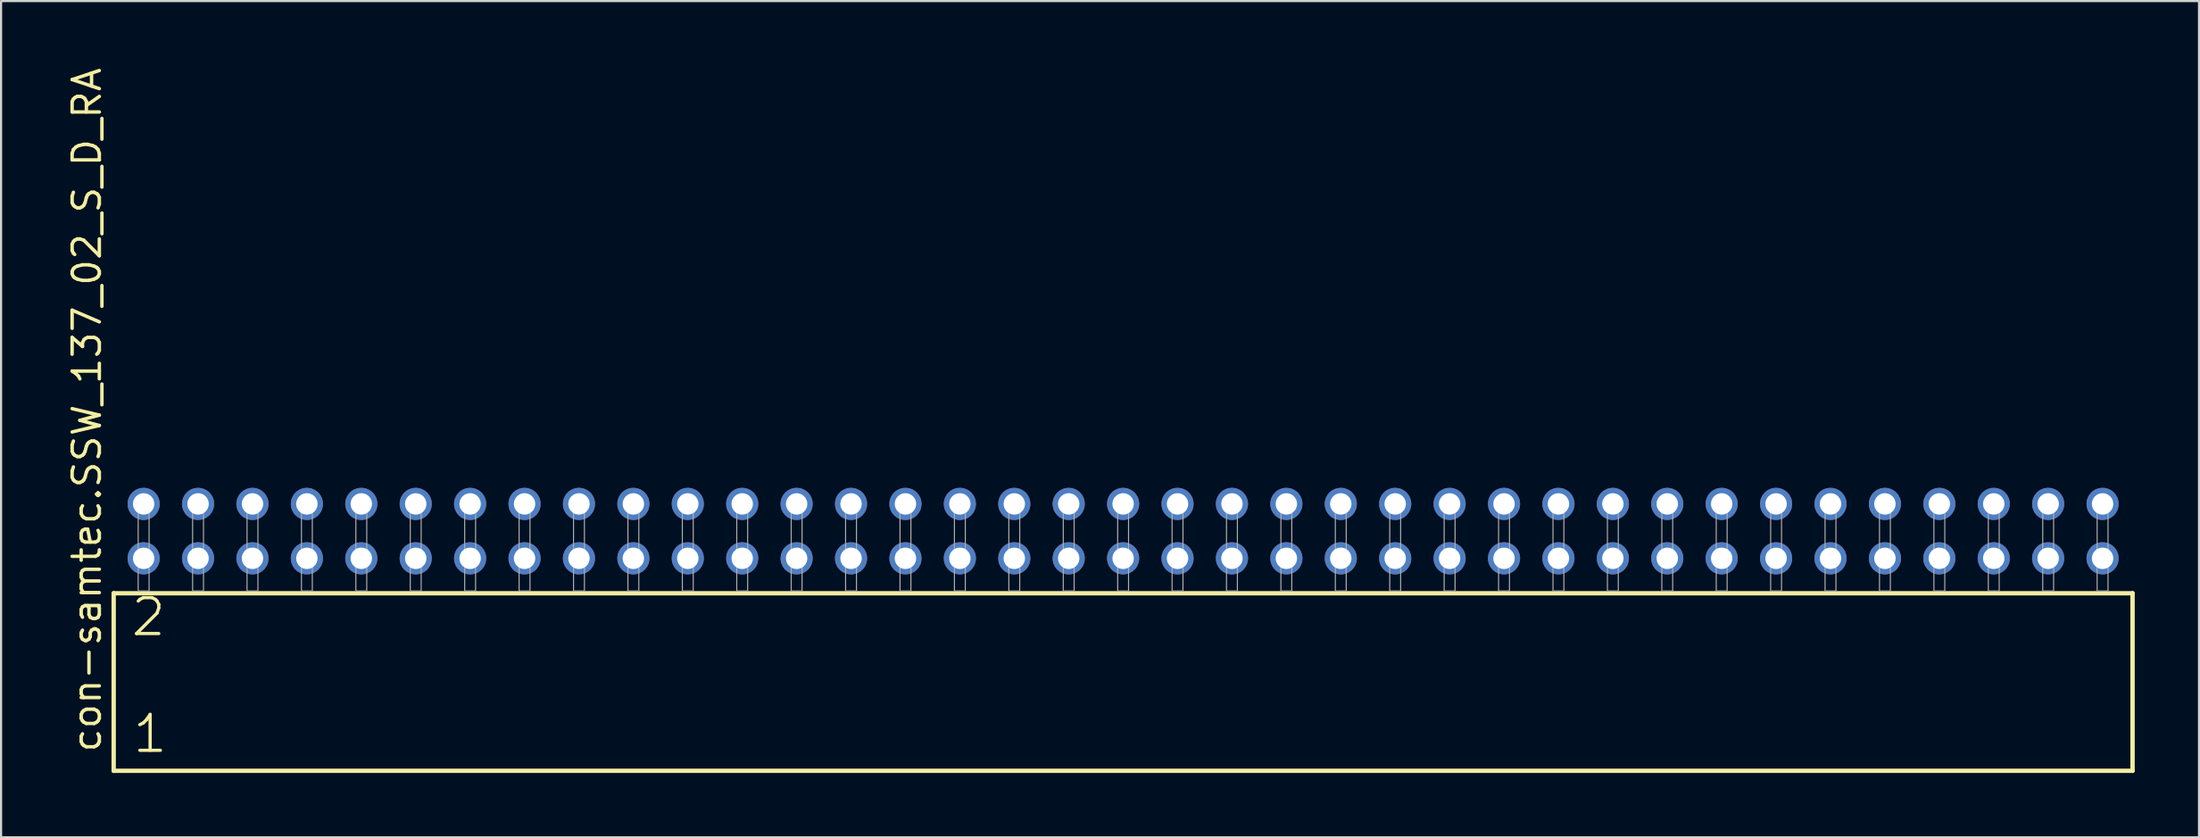
<source format=kicad_pcb>
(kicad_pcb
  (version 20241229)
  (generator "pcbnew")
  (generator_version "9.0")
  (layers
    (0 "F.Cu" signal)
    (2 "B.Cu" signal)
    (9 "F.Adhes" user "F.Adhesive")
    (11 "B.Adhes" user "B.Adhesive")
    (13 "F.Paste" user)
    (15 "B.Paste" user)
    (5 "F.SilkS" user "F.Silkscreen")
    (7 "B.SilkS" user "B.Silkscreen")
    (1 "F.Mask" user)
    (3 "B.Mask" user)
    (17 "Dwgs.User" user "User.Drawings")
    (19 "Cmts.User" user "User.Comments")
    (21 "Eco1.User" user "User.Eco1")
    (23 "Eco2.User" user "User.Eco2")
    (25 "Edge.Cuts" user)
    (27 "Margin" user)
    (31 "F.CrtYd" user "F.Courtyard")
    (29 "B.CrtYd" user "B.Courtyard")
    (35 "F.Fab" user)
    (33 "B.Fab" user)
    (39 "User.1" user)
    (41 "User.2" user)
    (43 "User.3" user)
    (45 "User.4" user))
  (footprint "con-samtec.SSW_137_02_S_D_RA"
    (layer "F.Cu")
    (at 49.375 24.537)
    (property "Reference" "con-samtec.SSW_137_02_S_D_RA" (at -47.625 7.62 90) (layer "F.SilkS") (effects (font (size 1.27 1.27) (thickness 0.16)) (justify left bottom)))
    (attr through_hole)
    (fp_line (start -47.119 0.106) (end -47.119 8.396) (stroke (width 0.203) (type default)) (layer "F.SilkS"))
    (fp_line (start -47.119 8.396) (end 47.119 8.396) (stroke (width 0.203) (type default)) (layer "F.SilkS"))
    (fp_line (start 47.119 0.106) (end -47.119 0.106) (stroke (width 0.203) (type default)) (layer "F.SilkS"))
    (fp_line (start 47.119 8.396) (end 47.119 0.106) (stroke (width 0.203) (type default)) (layer "F.SilkS"))
    (fp_rect (start -45.974 0) (end -45.466 -4.318) (stroke (width 0.05) (type default)) (fill no) (layer "F.Fab"))
    (fp_rect (start -43.434 0) (end -42.926 -4.318) (stroke (width 0.05) (type default)) (fill no) (layer "F.Fab"))
    (fp_rect (start -40.894 0) (end -40.386 -4.318) (stroke (width 0.05) (type default)) (fill no) (layer "F.Fab"))
    (fp_rect (start -38.354 0) (end -37.846 -4.318) (stroke (width 0.05) (type default)) (fill no) (layer "F.Fab"))
    (fp_rect (start -35.814 0) (end -35.306 -4.318) (stroke (width 0.05) (type default)) (fill no) (layer "F.Fab"))
    (fp_rect (start -33.274 0) (end -32.766 -4.318) (stroke (width 0.05) (type default)) (fill no) (layer "F.Fab"))
    (fp_rect (start -30.734 0) (end -30.226 -4.318) (stroke (width 0.05) (type default)) (fill no) (layer "F.Fab"))
    (fp_rect (start -28.194 0) (end -27.686 -4.318) (stroke (width 0.05) (type default)) (fill no) (layer "F.Fab"))
    (fp_rect (start -25.654 0) (end -25.146 -4.318) (stroke (width 0.05) (type default)) (fill no) (layer "F.Fab"))
    (fp_rect (start -23.114 0) (end -22.606 -4.318) (stroke (width 0.05) (type default)) (fill no) (layer "F.Fab"))
    (fp_rect (start -20.574 0) (end -20.066 -4.318) (stroke (width 0.05) (type default)) (fill no) (layer "F.Fab"))
    (fp_rect (start -18.034 0) (end -17.526 -4.318) (stroke (width 0.05) (type default)) (fill no) (layer "F.Fab"))
    (fp_rect (start -15.494 0) (end -14.986 -4.318) (stroke (width 0.05) (type default)) (fill no) (layer "F.Fab"))
    (fp_rect (start -12.954 0) (end -12.446 -4.318) (stroke (width 0.05) (type default)) (fill no) (layer "F.Fab"))
    (fp_rect (start -10.414 0) (end -9.906 -4.318) (stroke (width 0.05) (type default)) (fill no) (layer "F.Fab"))
    (fp_rect (start -7.874 0) (end -7.366 -4.318) (stroke (width 0.05) (type default)) (fill no) (layer "F.Fab"))
    (fp_rect (start -5.334 0) (end -4.826 -4.318) (stroke (width 0.05) (type default)) (fill no) (layer "F.Fab"))
    (fp_rect (start -2.794 0) (end -2.286 -4.318) (stroke (width 0.05) (type default)) (fill no) (layer "F.Fab"))
    (fp_rect (start -0.254 0) (end 0.254 -4.318) (stroke (width 0.05) (type default)) (fill no) (layer "F.Fab"))
    (fp_rect (start 2.286 0) (end 2.794 -4.318) (stroke (width 0.05) (type default)) (fill no) (layer "F.Fab"))
    (fp_rect (start 4.826 0) (end 5.334 -4.318) (stroke (width 0.05) (type default)) (fill no) (layer "F.Fab"))
    (fp_rect (start 7.366 0) (end 7.874 -4.318) (stroke (width 0.05) (type default)) (fill no) (layer "F.Fab"))
    (fp_rect (start 9.906 0) (end 10.414 -4.318) (stroke (width 0.05) (type default)) (fill no) (layer "F.Fab"))
    (fp_rect (start 12.446 0) (end 12.954 -4.318) (stroke (width 0.05) (type default)) (fill no) (layer "F.Fab"))
    (fp_rect (start 14.986 0) (end 15.494 -4.318) (stroke (width 0.05) (type default)) (fill no) (layer "F.Fab"))
    (fp_rect (start 17.526 0) (end 18.034 -4.318) (stroke (width 0.05) (type default)) (fill no) (layer "F.Fab"))
    (fp_rect (start 20.066 0) (end 20.574 -4.318) (stroke (width 0.05) (type default)) (fill no) (layer "F.Fab"))
    (fp_rect (start 22.606 0) (end 23.114 -4.318) (stroke (width 0.05) (type default)) (fill no) (layer "F.Fab"))
    (fp_rect (start 25.146 0) (end 25.654 -4.318) (stroke (width 0.05) (type default)) (fill no) (layer "F.Fab"))
    (fp_rect (start 27.686 0) (end 28.194 -4.318) (stroke (width 0.05) (type default)) (fill no) (layer "F.Fab"))
    (fp_rect (start 30.226 0) (end 30.734 -4.318) (stroke (width 0.05) (type default)) (fill no) (layer "F.Fab"))
    (fp_rect (start 32.766 0) (end 33.274 -4.318) (stroke (width 0.05) (type default)) (fill no) (layer "F.Fab"))
    (fp_rect (start 35.306 0) (end 35.814 -4.318) (stroke (width 0.05) (type default)) (fill no) (layer "F.Fab"))
    (fp_rect (start 37.846 0) (end 38.354 -4.318) (stroke (width 0.05) (type default)) (fill no) (layer "F.Fab"))
    (fp_rect (start 40.386 0) (end 40.894 -4.318) (stroke (width 0.05) (type default)) (fill no) (layer "F.Fab"))
    (fp_rect (start 42.926 0) (end 43.434 -4.318) (stroke (width 0.05) (type default)) (fill no) (layer "F.Fab"))
    (fp_rect (start 45.466 0) (end 45.974 -4.318) (stroke (width 0.05) (type default)) (fill no) (layer "F.Fab"))
    (fp_text user "2" (at -46.39 2.2 0) (layer "F.SilkS") (effects (font (size 1.676 1.676) (thickness 0.15)) (justify left bottom)))
    (fp_text user "1" (at -46.315 7.65 0) (layer "F.SilkS") (effects (font (size 1.676 1.676) (thickness 0.15)) (justify left bottom)))
    (pad "1" thru_hole circle (at -45.72 -1.524) (size 1.5 1.5) (drill 1) (layers "*.Cu" "*.Mask"))
    (pad "2" thru_hole circle (at -45.72 -4.064) (size 1.5 1.5) (drill 1) (layers "*.Cu" "*.Mask"))
    (pad "3" thru_hole circle (at -43.18 -1.524) (size 1.5 1.5) (drill 1) (layers "*.Cu" "*.Mask"))
    (pad "4" thru_hole circle (at -43.18 -4.064) (size 1.5 1.5) (drill 1) (layers "*.Cu" "*.Mask"))
    (pad "5" thru_hole circle (at -40.64 -1.524) (size 1.5 1.5) (drill 1) (layers "*.Cu" "*.Mask"))
    (pad "6" thru_hole circle (at -40.64 -4.064) (size 1.5 1.5) (drill 1) (layers "*.Cu" "*.Mask"))
    (pad "7" thru_hole circle (at -38.1 -1.524) (size 1.5 1.5) (drill 1) (layers "*.Cu" "*.Mask"))
    (pad "8" thru_hole circle (at -38.1 -4.064) (size 1.5 1.5) (drill 1) (layers "*.Cu" "*.Mask"))
    (pad "9" thru_hole circle (at -35.56 -1.524) (size 1.5 1.5) (drill 1) (layers "*.Cu" "*.Mask"))
    (pad "10" thru_hole circle (at -35.56 -4.064) (size 1.5 1.5) (drill 1) (layers "*.Cu" "*.Mask"))
    (pad "11" thru_hole circle (at -33.02 -1.524) (size 1.5 1.5) (drill 1) (layers "*.Cu" "*.Mask"))
    (pad "12" thru_hole circle (at -33.02 -4.064) (size 1.5 1.5) (drill 1) (layers "*.Cu" "*.Mask"))
    (pad "13" thru_hole circle (at -30.48 -1.524) (size 1.5 1.5) (drill 1) (layers "*.Cu" "*.Mask"))
    (pad "14" thru_hole circle (at -30.48 -4.064) (size 1.5 1.5) (drill 1) (layers "*.Cu" "*.Mask"))
    (pad "15" thru_hole circle (at -27.94 -1.524) (size 1.5 1.5) (drill 1) (layers "*.Cu" "*.Mask"))
    (pad "16" thru_hole circle (at -27.94 -4.064) (size 1.5 1.5) (drill 1) (layers "*.Cu" "*.Mask"))
    (pad "17" thru_hole circle (at -25.4 -1.524) (size 1.5 1.5) (drill 1) (layers "*.Cu" "*.Mask"))
    (pad "18" thru_hole circle (at -25.4 -4.064) (size 1.5 1.5) (drill 1) (layers "*.Cu" "*.Mask"))
    (pad "19" thru_hole circle (at -22.86 -1.524) (size 1.5 1.5) (drill 1) (layers "*.Cu" "*.Mask"))
    (pad "20" thru_hole circle (at -22.86 -4.064) (size 1.5 1.5) (drill 1) (layers "*.Cu" "*.Mask"))
    (pad "21" thru_hole circle (at -20.32 -1.524) (size 1.5 1.5) (drill 1) (layers "*.Cu" "*.Mask"))
    (pad "22" thru_hole circle (at -20.32 -4.064) (size 1.5 1.5) (drill 1) (layers "*.Cu" "*.Mask"))
    (pad "23" thru_hole circle (at -17.78 -1.524) (size 1.5 1.5) (drill 1) (layers "*.Cu" "*.Mask"))
    (pad "24" thru_hole circle (at -17.78 -4.064) (size 1.5 1.5) (drill 1) (layers "*.Cu" "*.Mask"))
    (pad "25" thru_hole circle (at -15.24 -1.524) (size 1.5 1.5) (drill 1) (layers "*.Cu" "*.Mask"))
    (pad "26" thru_hole circle (at -15.24 -4.064) (size 1.5 1.5) (drill 1) (layers "*.Cu" "*.Mask"))
    (pad "27" thru_hole circle (at -12.7 -1.524) (size 1.5 1.5) (drill 1) (layers "*.Cu" "*.Mask"))
    (pad "28" thru_hole circle (at -12.7 -4.064) (size 1.5 1.5) (drill 1) (layers "*.Cu" "*.Mask"))
    (pad "29" thru_hole circle (at -10.16 -1.524) (size 1.5 1.5) (drill 1) (layers "*.Cu" "*.Mask"))
    (pad "30" thru_hole circle (at -10.16 -4.064) (size 1.5 1.5) (drill 1) (layers "*.Cu" "*.Mask"))
    (pad "31" thru_hole circle (at -7.62 -1.524) (size 1.5 1.5) (drill 1) (layers "*.Cu" "*.Mask"))
    (pad "32" thru_hole circle (at -7.62 -4.064) (size 1.5 1.5) (drill 1) (layers "*.Cu" "*.Mask"))
    (pad "33" thru_hole circle (at -5.08 -1.524) (size 1.5 1.5) (drill 1) (layers "*.Cu" "*.Mask"))
    (pad "34" thru_hole circle (at -5.08 -4.064) (size 1.5 1.5) (drill 1) (layers "*.Cu" "*.Mask"))
    (pad "35" thru_hole circle (at -2.54 -1.524) (size 1.5 1.5) (drill 1) (layers "*.Cu" "*.Mask"))
    (pad "36" thru_hole circle (at -2.54 -4.064) (size 1.5 1.5) (drill 1) (layers "*.Cu" "*.Mask"))
    (pad "37" thru_hole circle (at 0 -1.524) (size 1.5 1.5) (drill 1) (layers "*.Cu" "*.Mask"))
    (pad "38" thru_hole circle (at 0 -4.064) (size 1.5 1.5) (drill 1) (layers "*.Cu" "*.Mask"))
    (pad "39" thru_hole circle (at 2.54 -1.524) (size 1.5 1.5) (drill 1) (layers "*.Cu" "*.Mask"))
    (pad "40" thru_hole circle (at 2.54 -4.064) (size 1.5 1.5) (drill 1) (layers "*.Cu" "*.Mask"))
    (pad "41" thru_hole circle (at 5.08 -1.524) (size 1.5 1.5) (drill 1) (layers "*.Cu" "*.Mask"))
    (pad "42" thru_hole circle (at 5.08 -4.064) (size 1.5 1.5) (drill 1) (layers "*.Cu" "*.Mask"))
    (pad "43" thru_hole circle (at 7.62 -1.524) (size 1.5 1.5) (drill 1) (layers "*.Cu" "*.Mask"))
    (pad "44" thru_hole circle (at 7.62 -4.064) (size 1.5 1.5) (drill 1) (layers "*.Cu" "*.Mask"))
    (pad "45" thru_hole circle (at 10.16 -1.524) (size 1.5 1.5) (drill 1) (layers "*.Cu" "*.Mask"))
    (pad "46" thru_hole circle (at 10.16 -4.064) (size 1.5 1.5) (drill 1) (layers "*.Cu" "*.Mask"))
    (pad "47" thru_hole circle (at 12.7 -1.524) (size 1.5 1.5) (drill 1) (layers "*.Cu" "*.Mask"))
    (pad "48" thru_hole circle (at 12.7 -4.064) (size 1.5 1.5) (drill 1) (layers "*.Cu" "*.Mask"))
    (pad "49" thru_hole circle (at 15.24 -1.524) (size 1.5 1.5) (drill 1) (layers "*.Cu" "*.Mask"))
    (pad "50" thru_hole circle (at 15.24 -4.064) (size 1.5 1.5) (drill 1) (layers "*.Cu" "*.Mask"))
    (pad "51" thru_hole circle (at 17.78 -1.524) (size 1.5 1.5) (drill 1) (layers "*.Cu" "*.Mask"))
    (pad "52" thru_hole circle (at 17.78 -4.064) (size 1.5 1.5) (drill 1) (layers "*.Cu" "*.Mask"))
    (pad "53" thru_hole circle (at 20.32 -1.524) (size 1.5 1.5) (drill 1) (layers "*.Cu" "*.Mask"))
    (pad "54" thru_hole circle (at 20.32 -4.064) (size 1.5 1.5) (drill 1) (layers "*.Cu" "*.Mask"))
    (pad "55" thru_hole circle (at 22.86 -1.524) (size 1.5 1.5) (drill 1) (layers "*.Cu" "*.Mask"))
    (pad "56" thru_hole circle (at 22.86 -4.064) (size 1.5 1.5) (drill 1) (layers "*.Cu" "*.Mask"))
    (pad "57" thru_hole circle (at 25.4 -1.524) (size 1.5 1.5) (drill 1) (layers "*.Cu" "*.Mask"))
    (pad "58" thru_hole circle (at 25.4 -4.064) (size 1.5 1.5) (drill 1) (layers "*.Cu" "*.Mask"))
    (pad "59" thru_hole circle (at 27.94 -1.524) (size 1.5 1.5) (drill 1) (layers "*.Cu" "*.Mask"))
    (pad "60" thru_hole circle (at 27.94 -4.064) (size 1.5 1.5) (drill 1) (layers "*.Cu" "*.Mask"))
    (pad "61" thru_hole circle (at 30.48 -1.524) (size 1.5 1.5) (drill 1) (layers "*.Cu" "*.Mask"))
    (pad "62" thru_hole circle (at 30.48 -4.064) (size 1.5 1.5) (drill 1) (layers "*.Cu" "*.Mask"))
    (pad "63" thru_hole circle (at 33.02 -1.524) (size 1.5 1.5) (drill 1) (layers "*.Cu" "*.Mask"))
    (pad "64" thru_hole circle (at 33.02 -4.064) (size 1.5 1.5) (drill 1) (layers "*.Cu" "*.Mask"))
    (pad "65" thru_hole circle (at 35.56 -1.524) (size 1.5 1.5) (drill 1) (layers "*.Cu" "*.Mask"))
    (pad "66" thru_hole circle (at 35.56 -4.064) (size 1.5 1.5) (drill 1) (layers "*.Cu" "*.Mask"))
    (pad "67" thru_hole circle (at 38.1 -1.524) (size 1.5 1.5) (drill 1) (layers "*.Cu" "*.Mask"))
    (pad "68" thru_hole circle (at 38.1 -4.064) (size 1.5 1.5) (drill 1) (layers "*.Cu" "*.Mask"))
    (pad "69" thru_hole circle (at 40.64 -1.524) (size 1.5 1.5) (drill 1) (layers "*.Cu" "*.Mask"))
    (pad "70" thru_hole circle (at 40.64 -4.064) (size 1.5 1.5) (drill 1) (layers "*.Cu" "*.Mask"))
    (pad "71" thru_hole circle (at 43.18 -1.524) (size 1.5 1.5) (drill 1) (layers "*.Cu" "*.Mask"))
    (pad "72" thru_hole circle (at 43.18 -4.064) (size 1.5 1.5) (drill 1) (layers "*.Cu" "*.Mask"))
    (pad "73" thru_hole circle (at 45.72 -1.524) (size 1.5 1.5) (drill 1) (layers "*.Cu" "*.Mask"))
    (pad "74" thru_hole circle (at 45.72 -4.064) (size 1.5 1.5) (drill 1) (layers "*.Cu" "*.Mask")))
  (gr_rect
    (start -3 -3)
    (end 99.596 36.035)
    (stroke (width 0.1) (type default))
    (fill no)
    (layer "Edge.Cuts")))
</source>
